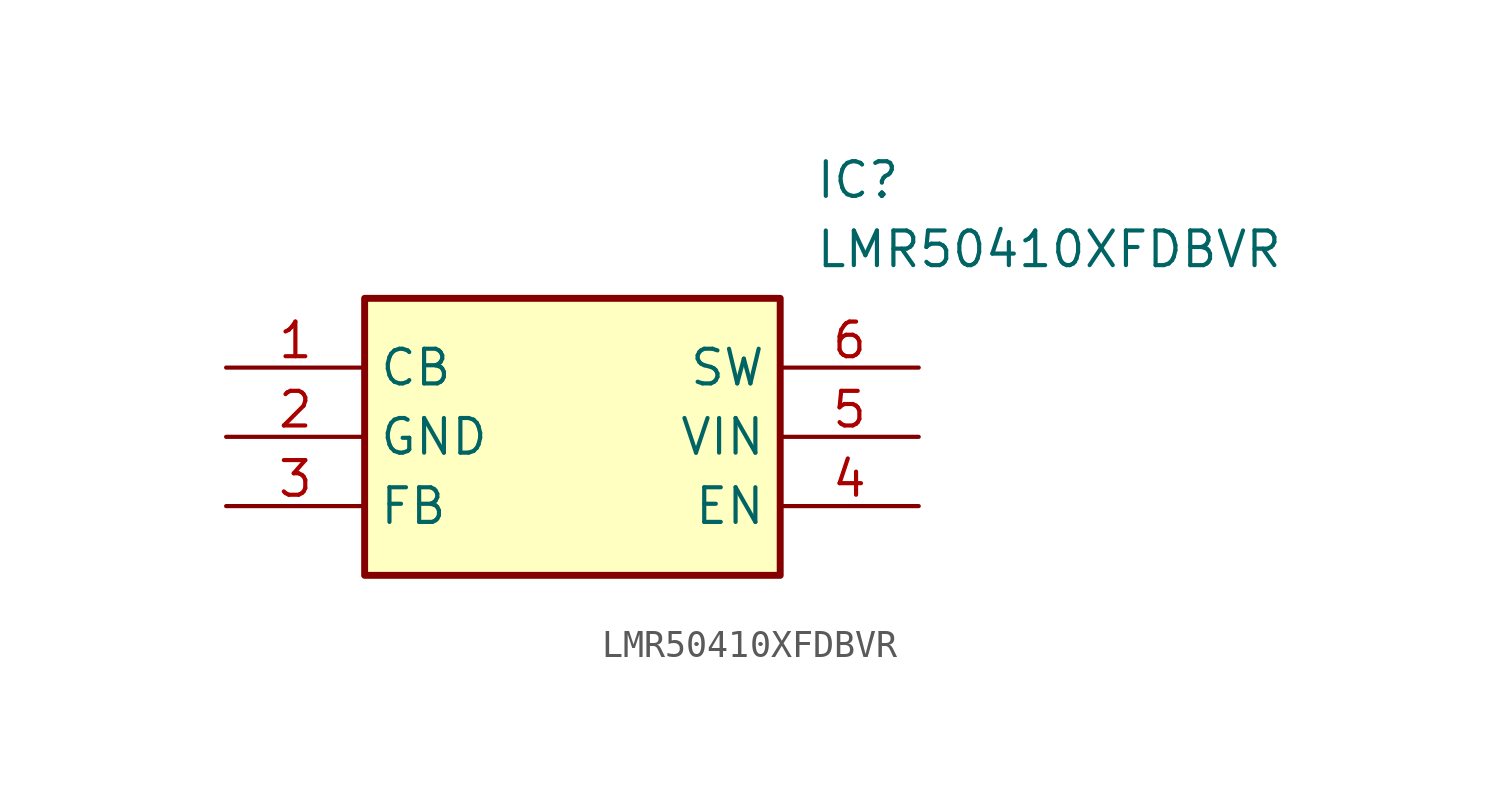
<source format=kicad_sym>
(kicad_symbol_lib
  (version 20211014)
  (generator SamacSys_ECAD_Model)
  (symbol "LMR50410XFDBVR"
    (property "Reference" "IC"
      (at 21.59 7.62 0)
      (effects (font (size 1.27 1.27)) (justify left top)))
    (property "Value" "LMR50410XFDBVR"
      (at 21.59 5.08 0)
      (effects (font (size 1.27 1.27)) (justify left top)))
    (rectangle
      (start 5.08 2.54)
      (end 20.32 -7.62)
      (stroke (width 0.254) (type default))
      (fill (type background)))
    (pin passive line
      (at 0 0 0)
      (length 5.08)
      (name "CB" (effects (font (size 1.27 1.27))))
      (number "1" (effects (font (size 1.27 1.27)))))
    (pin passive line
      (at 0 -2.54 0)
      (length 5.08)
      (name "GND" (effects (font (size 1.27 1.27))))
      (number "2" (effects (font (size 1.27 1.27)))))
    (pin passive line
      (at 0 -5.08 0)
      (length 5.08)
      (name "FB" (effects (font (size 1.27 1.27))))
      (number "3" (effects (font (size 1.27 1.27)))))
    (pin passive line
      (at 25.4 0 180)
      (length 5.08)
      (name "SW" (effects (font (size 1.27 1.27))))
      (number "6" (effects (font (size 1.27 1.27)))))
    (pin passive line
      (at 25.4 -2.54 180)
      (length 5.08)
      (name "VIN" (effects (font (size 1.27 1.27))))
      (number "5" (effects (font (size 1.27 1.27)))))
    (pin passive line
      (at 25.4 -5.08 180)
      (length 5.08)
      (name "EN" (effects (font (size 1.27 1.27))))
      (number "4" (effects (font (size 1.27 1.27)))))))
</source>
